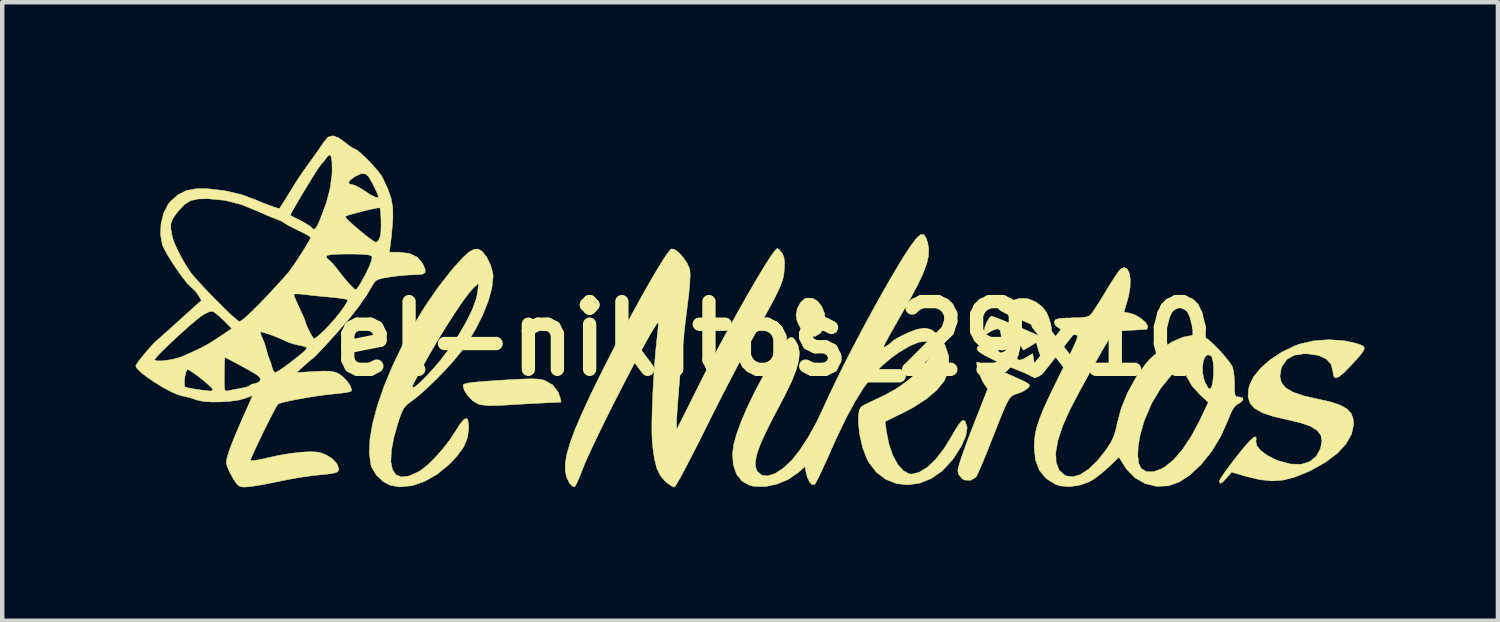
<source format=kicad_pcb>
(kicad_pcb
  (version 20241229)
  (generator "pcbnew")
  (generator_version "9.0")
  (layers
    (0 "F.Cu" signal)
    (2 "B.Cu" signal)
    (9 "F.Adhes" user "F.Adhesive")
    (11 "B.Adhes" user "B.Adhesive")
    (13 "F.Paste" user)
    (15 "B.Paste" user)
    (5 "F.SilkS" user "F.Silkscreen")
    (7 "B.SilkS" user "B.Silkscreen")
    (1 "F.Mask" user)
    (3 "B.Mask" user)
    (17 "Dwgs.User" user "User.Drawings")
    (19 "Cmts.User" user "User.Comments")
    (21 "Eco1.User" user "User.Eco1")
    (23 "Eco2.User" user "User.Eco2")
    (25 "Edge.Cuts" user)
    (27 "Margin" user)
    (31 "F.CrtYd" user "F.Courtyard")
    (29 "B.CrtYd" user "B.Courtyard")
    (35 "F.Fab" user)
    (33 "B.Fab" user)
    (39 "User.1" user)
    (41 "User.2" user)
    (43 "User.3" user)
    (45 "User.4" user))
  (footprint "el-nikitos_29x10"
    (layer "F.Cu")
    (at 14.356 4.572)
    (property "Reference" "el-nikitos_29x10" (at 0 0 0) (layer "F.SilkS") (effects (font (size 1.524 1.524) (thickness 0.3))))
    (attr through_hole)
    (fp_poly (pts (xy 0.878 -0.911) (xy 0.995 -0.842) (xy 1.088 -0.724) (xy 1.147 -0.576) (xy 1.168 -0.416) (xy 1.141 -0.261) (xy 1.061 -0.13) (xy 1.056 -0.125) (xy 0.94 -0.052) (xy 0.814 -0.062) (xy 0.729 -0.108) (xy 0.613 -0.23) (xy 0.533 -0.393) (xy 0.508 -0.529) (xy 0.536 -0.678) (xy 0.607 -0.811) (xy 0.703 -0.899) (xy 0.742 -0.914) (xy 0.878 -0.911)) (stroke (width 0.01) (type solid)) (fill yes) (layer "F.SilkS"))
    (fp_poly (pts (xy 5.72 -0.901) (xy 5.898 -0.832) (xy 6.054 -0.714) (xy 6.148 -0.586) (xy 6.201 -0.462) (xy 6.239 -0.332) (xy 6.259 -0.219) (xy 6.257 -0.145) (xy 6.239 -0.13) (xy 6.184 -0.149) (xy 6.077 -0.195) (xy 5.967 -0.247) (xy 5.812 -0.318) (xy 5.617 -0.404) (xy 5.418 -0.487) (xy 5.385 -0.501) (xy 5.233 -0.567) (xy 5.121 -0.626) (xy 5.064 -0.669) (xy 5.061 -0.681) (xy 5.125 -0.735) (xy 5.241 -0.799) (xy 5.38 -0.859) (xy 5.515 -0.901) (xy 5.548 -0.908) (xy 5.72 -0.901)) (stroke (width 0.01) (type solid)) (fill yes) (layer "F.SilkS"))
    (fp_poly (pts (xy -5.32 0.907) (xy -5.226 0.918) (xy -5.153 0.937) (xy -5.148 0.939) (xy -4.967 1.042) (xy -4.844 1.204) (xy -4.804 1.317) (xy -4.778 1.427) (xy -5.32 1.454) (xy -5.564 1.467) (xy -5.811 1.481) (xy -6.032 1.494) (xy -6.181 1.503) (xy -6.413 1.507) (xy -6.592 1.486) (xy -6.645 1.471) (xy -6.764 1.4) (xy -6.875 1.288) (xy -6.957 1.163) (xy -6.985 1.06) (xy -6.976 1.035) (xy -6.942 1.015) (xy -6.872 0.998) (xy -6.756 0.982) (xy -6.583 0.966) (xy -6.343 0.949) (xy -6.149 0.936) (xy -5.847 0.918) (xy -5.617 0.907) (xy -5.446 0.903) (xy -5.32 0.907)) (stroke (width 0.01) (type solid)) (fill yes) (layer "F.SilkS"))
    (fp_poly (pts (xy 4.961 -0.492) (xy 5.075 -0.448) (xy 5.24 -0.381) (xy 5.441 -0.297) (xy 5.608 -0.226) (xy 5.849 -0.122) (xy 6.023 -0.044) (xy 6.14 0.015) (xy 6.212 0.061) (xy 6.25 0.101) (xy 6.264 0.141) (xy 6.265 0.17) (xy 6.224 0.303) (xy 6.103 0.417) (xy 6.07 0.437) (xy 6.028 0.418) (xy 5.984 0.325) (xy 5.969 0.274) (xy 5.916 0.085) (xy 5.779 0.169) (xy 5.685 0.224) (xy 5.627 0.253) (xy 5.621 0.254) (xy 5.598 0.218) (xy 5.564 0.126) (xy 5.55 0.082) (xy 5.498 -0.09) (xy 5.346 -0.000252) (xy 5.227 0.052) (xy 5.155 0.036) (xy 5.124 -0.05) (xy 5.122 -0.085) (xy 5.102 -0.189) (xy 5.042 -0.224) (xy 4.936 -0.19) (xy 4.896 -0.168) (xy 4.741 -0.076) (xy 4.741 -0.167) (xy 4.759 -0.264) (xy 4.803 -0.374) (xy 4.857 -0.465) (xy 4.906 -0.508) (xy 4.91 -0.508) (xy 4.961 -0.492)) (stroke (width 0.01) (type solid)) (fill yes) (layer "F.SilkS"))
    (fp_poly (pts (xy 4.99 0.037) (xy 5.015 0.128) (xy 5.019 0.149) (xy 5.054 0.273) (xy 5.105 0.32) (xy 5.187 0.295) (xy 5.246 0.257) (xy 5.333 0.199) (xy 5.388 0.17) (xy 5.392 0.169) (xy 5.414 0.206) (xy 5.439 0.297) (xy 5.443 0.318) (xy 5.475 0.439) (xy 5.523 0.485) (xy 5.607 0.465) (xy 5.687 0.422) (xy 5.834 0.335) (xy 5.863 0.506) (xy 5.892 0.625) (xy 5.938 0.671) (xy 6.017 0.653) (xy 6.063 0.63) (xy 6.152 0.582) (xy 6.069 0.725) (xy 5.977 0.843) (xy 5.888 0.883) (xy 5.82 0.855) (xy 5.761 0.821) (xy 5.648 0.769) (xy 5.524 0.718) (xy 5.199 0.586) (xy 4.938 0.469) (xy 4.745 0.37) (xy 4.624 0.291) (xy 4.579 0.233) (xy 4.579 0.226) (xy 4.601 0.174) (xy 4.614 0.172) (xy 4.66 0.162) (xy 4.749 0.118) (xy 4.789 0.095) (xy 4.889 0.036) (xy 4.956 0.003) (xy 4.967 0) (xy 4.99 0.037)) (stroke (width 0.01) (type solid)) (fill yes) (layer "F.SilkS"))
    (fp_poly (pts (xy 4.626 0.536) (xy 4.737 0.573) (xy 4.899 0.636) (xy 5.1 0.719) (xy 5.328 0.817) (xy 5.556 0.92) (xy 5.686 0.982) (xy 5.751 1.024) (xy 5.764 1.059) (xy 5.736 1.101) (xy 5.729 1.109) (xy 5.643 1.171) (xy 5.52 1.227) (xy 5.494 1.236) (xy 5.433 1.254) (xy 5.384 1.277) (xy 5.34 1.313) (xy 5.295 1.372) (xy 5.246 1.463) (xy 5.185 1.596) (xy 5.109 1.781) (xy 5.012 2.027) (xy 4.91 2.286) (xy 4.814 2.529) (xy 4.725 2.746) (xy 4.649 2.925) (xy 4.592 3.052) (xy 4.558 3.115) (xy 4.556 3.118) (xy 4.437 3.186) (xy 4.305 3.182) (xy 4.243 3.151) (xy 4.163 3.047) (xy 4.149 2.962) (xy 4.164 2.887) (xy 4.206 2.747) (xy 4.271 2.555) (xy 4.354 2.326) (xy 4.451 2.072) (xy 4.485 1.984) (xy 4.822 1.13) (xy 4.744 1.02) (xy 4.69 0.924) (xy 4.638 0.8) (xy 4.596 0.674) (xy 4.575 0.575) (xy 4.579 0.529) (xy 4.626 0.536)) (stroke (width 0.01) (type solid)) (fill yes) (layer "F.SilkS"))
    (fp_poly (pts (xy 12.831 0.044) (xy 13.092 0.099) (xy 13.207 0.135) (xy 13.276 0.17) (xy 13.299 0.215) (xy 13.272 0.283) (xy 13.193 0.385) (xy 13.061 0.533) (xy 12.997 0.603) (xy 12.84 0.764) (xy 12.726 0.857) (xy 12.65 0.883) (xy 12.606 0.844) (xy 12.591 0.742) (xy 12.55 0.576) (xy 12.438 0.454) (xy 12.256 0.374) (xy 12.006 0.34) (xy 11.938 0.339) (xy 11.72 0.372) (xy 11.554 0.467) (xy 11.446 0.62) (xy 11.426 0.673) (xy 11.398 0.844) (xy 11.43 0.986) (xy 11.525 1.104) (xy 11.69 1.202) (xy 11.929 1.285) (xy 12.235 1.355) (xy 12.533 1.421) (xy 12.755 1.495) (xy 12.909 1.582) (xy 13.005 1.688) (xy 13.05 1.82) (xy 13.056 1.926) (xy 13.01 2.148) (xy 12.885 2.369) (xy 12.686 2.583) (xy 12.42 2.783) (xy 12.092 2.965) (xy 12.016 3.001) (xy 11.727 3.117) (xy 11.471 3.183) (xy 11.222 3.201) (xy 10.955 3.174) (xy 10.645 3.101) (xy 10.587 3.084) (xy 10.308 3.003) (xy 10.199 3.132) (xy 10.106 3.229) (xy 10.052 3.256) (xy 10.033 3.212) (xy 10.033 3.207) (xy 10.058 3.156) (xy 10.126 3.052) (xy 10.228 2.909) (xy 10.354 2.742) (xy 10.395 2.688) (xy 10.577 2.461) (xy 10.714 2.305) (xy 10.808 2.22) (xy 10.858 2.207) (xy 10.864 2.263) (xy 10.857 2.297) (xy 10.873 2.4) (xy 10.96 2.512) (xy 11.107 2.623) (xy 11.303 2.723) (xy 11.365 2.747) (xy 11.637 2.821) (xy 11.874 2.827) (xy 12.07 2.767) (xy 12.219 2.644) (xy 12.312 2.467) (xy 12.343 2.305) (xy 12.319 2.172) (xy 12.234 2.062) (xy 12.083 1.97) (xy 11.858 1.892) (xy 11.567 1.824) (xy 11.245 1.749) (xy 11.001 1.666) (xy 10.83 1.569) (xy 10.726 1.453) (xy 10.681 1.313) (xy 10.691 1.142) (xy 10.71 1.059) (xy 10.801 0.863) (xy 10.962 0.664) (xy 11.18 0.473) (xy 11.441 0.302) (xy 11.732 0.162) (xy 11.845 0.12) (xy 12.151 0.049) (xy 12.492 0.023) (xy 12.831 0.044)) (stroke (width 0.01) (type solid)) (fill yes) (layer "F.SilkS"))
    (fp_poly (pts (xy -6.567 -1.974) (xy -6.557 -1.966) (xy -6.45 -1.831) (xy -6.364 -1.651) (xy -6.314 -1.466) (xy -6.309 -1.395) (xy -6.336 -1.145) (xy -6.416 -0.852) (xy -6.542 -0.534) (xy -6.707 -0.206) (xy -6.903 0.115) (xy -7.025 0.287) (xy -7.181 0.478) (xy -7.371 0.69) (xy -7.58 0.906) (xy -7.79 1.108) (xy -7.983 1.28) (xy -8.143 1.405) (xy -8.16 1.417) (xy -8.252 1.486) (xy -8.318 1.564) (xy -8.374 1.676) (xy -8.434 1.846) (xy -8.437 1.855) (xy -8.542 2.217) (xy -8.599 2.522) (xy -8.61 2.766) (xy -8.574 2.947) (xy -8.495 3.063) (xy -8.371 3.112) (xy -8.205 3.091) (xy -7.998 2.999) (xy -7.939 2.964) (xy -7.795 2.853) (xy -7.626 2.689) (xy -7.451 2.493) (xy -7.289 2.285) (xy -7.172 2.109) (xy -7.056 1.927) (xy -6.969 1.821) (xy -6.91 1.791) (xy -6.875 1.836) (xy -6.859 1.955) (xy -6.858 2.021) (xy -6.886 2.232) (xy -6.973 2.438) (xy -7.128 2.65) (xy -7.301 2.832) (xy -7.572 3.053) (xy -7.856 3.214) (xy -8.141 3.309) (xy -8.413 3.335) (xy -8.623 3.3) (xy -8.789 3.211) (xy -8.938 3.067) (xy -9.04 2.896) (xy -9.058 2.845) (xy -9.095 2.581) (xy -9.081 2.262) (xy -9.018 1.899) (xy -8.911 1.499) (xy -8.764 1.075) (xy -8.128 1.075) (xy -8.111 1.101) (xy -8.055 1.074) (xy -7.957 0.99) (xy -7.812 0.845) (xy -7.756 0.787) (xy -7.515 0.513) (xy -7.288 0.217) (xy -7.083 -0.087) (xy -6.909 -0.386) (xy -6.773 -0.665) (xy -6.685 -0.91) (xy -6.656 -1.056) (xy -6.635 -1.249) (xy -6.751 -1.143) (xy -6.839 -1.045) (xy -6.96 -0.885) (xy -7.105 -0.675) (xy -7.268 -0.427) (xy -7.44 -0.154) (xy -7.613 0.133) (xy -7.779 0.421) (xy -7.807 0.471) (xy -7.917 0.671) (xy -8.011 0.844) (xy -8.081 0.977) (xy -8.121 1.058) (xy -8.128 1.075) (xy -8.764 1.075) (xy -8.763 1.072) (xy -8.579 0.627) (xy -8.362 0.174) (xy -8.116 -0.278) (xy -7.845 -0.721) (xy -7.553 -1.145) (xy -7.244 -1.541) (xy -7.168 -1.629) (xy -6.993 -1.821) (xy -6.855 -1.947) (xy -6.744 -2.01) (xy -6.651 -2.018) (xy -6.567 -1.974)) (stroke (width 0.01) (type solid)) (fill yes) (layer "F.SilkS"))
    (fp_poly (pts (xy 0.135 -2) (xy 0.195 -1.925) (xy 0.236 -1.835) (xy 0.251 -1.716) (xy 0.244 -1.548) (xy 0.235 -1.464) (xy 0.222 -1.384) (xy 0.198 -1.298) (xy 0.162 -1.199) (xy 0.108 -1.078) (xy 0.032 -0.925) (xy -0.069 -0.733) (xy -0.2 -0.494) (xy -0.364 -0.197) (xy -0.566 0.164) (xy -0.569 0.169) (xy -0.683 0.377) (xy -0.825 0.645) (xy -0.987 0.956) (xy -1.162 1.295) (xy -1.34 1.645) (xy -1.512 1.99) (xy -1.558 2.083) (xy -1.709 2.384) (xy -1.849 2.659) (xy -1.974 2.899) (xy -2.08 3.097) (xy -2.162 3.241) (xy -2.215 3.325) (xy -2.232 3.342) (xy -2.292 3.317) (xy -2.385 3.252) (xy -2.433 3.213) (xy -2.539 3.091) (xy -2.62 2.929) (xy -2.677 2.714) (xy -2.717 2.434) (xy -2.729 2.286) (xy -2.736 2.107) (xy -2.735 1.861) (xy -2.728 1.568) (xy -2.715 1.246) (xy -2.697 0.912) (xy -2.676 0.586) (xy -2.651 0.285) (xy -2.625 0.028) (xy -2.622 0.005) (xy -2.604 -0.157) (xy -2.593 -0.284) (xy -2.59 -0.355) (xy -2.592 -0.363) (xy -2.622 -0.338) (xy -2.683 -0.246) (xy -2.773 -0.096) (xy -2.885 0.104) (xy -3.016 0.343) (xy -3.16 0.613) (xy -3.313 0.906) (xy -3.47 1.212) (xy -3.628 1.522) (xy -3.78 1.826) (xy -3.923 2.117) (xy -4.051 2.385) (xy -4.161 2.621) (xy -4.247 2.815) (xy -4.305 2.96) (xy -4.305 2.962) (xy -4.367 3.122) (xy -4.424 3.249) (xy -4.467 3.323) (xy -4.479 3.335) (xy -4.532 3.314) (xy -4.592 3.246) (xy -4.654 3.121) (xy -4.685 2.974) (xy -4.684 2.8) (xy -4.648 2.591) (xy -4.575 2.342) (xy -4.465 2.044) (xy -4.314 1.691) (xy -4.122 1.276) (xy -4.006 1.037) (xy -3.825 0.672) (xy -3.636 0.301) (xy -3.443 -0.069) (xy -3.252 -0.429) (xy -3.065 -0.772) (xy -2.889 -1.089) (xy -2.726 -1.373) (xy -2.582 -1.615) (xy -2.462 -1.808) (xy -2.369 -1.943) (xy -2.308 -2.014) (xy -2.297 -2.021) (xy -2.224 -2.008) (xy -2.131 -1.938) (xy -2.033 -1.83) (xy -1.947 -1.705) (xy -1.89 -1.58) (xy -1.88 -1.54) (xy -1.874 -1.425) (xy -1.883 -1.238) (xy -1.906 -0.993) (xy -1.94 -0.721) (xy -1.969 -0.488) (xy -2.001 -0.218) (xy -2.032 0.078) (xy -2.063 0.388) (xy -2.092 0.701) (xy -2.119 1.005) (xy -2.142 1.291) (xy -2.161 1.545) (xy -2.174 1.757) (xy -2.181 1.916) (xy -2.18 2.011) (xy -2.175 2.032) (xy -2.155 1.996) (xy -2.103 1.894) (xy -2.023 1.737) (xy -1.922 1.536) (xy -1.805 1.301) (xy -1.721 1.132) (xy -1.555 0.803) (xy -1.376 0.458) (xy -1.19 0.107) (xy -1 -0.243) (xy -0.812 -0.583) (xy -0.63 -0.906) (xy -0.458 -1.204) (xy -0.302 -1.468) (xy -0.165 -1.691) (xy -0.053 -1.864) (xy 0.031 -1.98) (xy 0.081 -2.03) (xy 0.086 -2.032) (xy 0.135 -2)) (stroke (width 0.01) (type solid)) (fill yes) (layer "F.SilkS"))
    (fp_poly (pts (xy 3.432 -2.275) (xy 3.472 -2.157) (xy 3.495 -2.015) (xy 3.489 -1.862) (xy 3.449 -1.686) (xy 3.371 -1.477) (xy 3.254 -1.226) (xy 3.092 -0.922) (xy 2.978 -0.72) (xy 2.813 -0.432) (xy 2.687 -0.211) (xy 2.595 -0.047) (xy 2.533 0.068) (xy 2.497 0.14) (xy 2.483 0.179) (xy 2.487 0.192) (xy 2.505 0.188) (xy 2.527 0.176) (xy 2.619 0.112) (xy 2.66 0.072) (xy 2.721 0.026) (xy 2.836 -0.04) (xy 2.983 -0.113) (xy 3.008 -0.125) (xy 3.228 -0.211) (xy 3.401 -0.239) (xy 3.543 -0.209) (xy 3.668 -0.119) (xy 3.692 -0.095) (xy 3.857 0.137) (xy 3.944 0.39) (xy 3.949 0.656) (xy 3.93 0.755) (xy 3.84 0.955) (xy 3.673 1.159) (xy 3.437 1.36) (xy 3.138 1.552) (xy 2.941 1.655) (xy 2.512 1.865) (xy 2.543 2.095) (xy 2.6 2.378) (xy 2.686 2.625) (xy 2.794 2.825) (xy 2.918 2.967) (xy 3.05 3.04) (xy 3.108 3.048) (xy 3.277 3.008) (xy 3.461 2.895) (xy 3.65 2.716) (xy 3.836 2.478) (xy 3.979 2.248) (xy 4.094 2.05) (xy 4.178 1.92) (xy 4.239 1.852) (xy 4.283 1.835) (xy 4.316 1.863) (xy 4.359 2.002) (xy 4.331 2.184) (xy 4.234 2.408) (xy 4.068 2.67) (xy 4.02 2.735) (xy 3.8 2.974) (xy 3.554 3.146) (xy 3.293 3.251) (xy 3.027 3.289) (xy 2.769 3.261) (xy 2.528 3.166) (xy 2.315 3.004) (xy 2.142 2.777) (xy 2.1 2.698) (xy 2.01 2.459) (xy 1.945 2.181) (xy 1.912 1.905) (xy 1.913 1.735) (xy 1.932 1.606) (xy 1.976 1.532) (xy 2.032 1.496) (xy 2.116 1.455) (xy 2.254 1.39) (xy 2.421 1.31) (xy 2.506 1.27) (xy 2.758 1.13) (xy 3.003 0.959) (xy 3.224 0.773) (xy 3.402 0.587) (xy 3.516 0.419) (xy 3.575 0.293) (xy 3.593 0.213) (xy 3.57 0.153) (xy 3.53 0.107) (xy 3.424 0.06) (xy 3.27 0.079) (xy 3.069 0.162) (xy 2.826 0.307) (xy 2.643 0.438) (xy 2.431 0.618) (xy 2.23 0.835) (xy 2.032 1.099) (xy 1.834 1.417) (xy 1.629 1.797) (xy 1.414 2.247) (xy 1.292 2.519) (xy 1.19 2.748) (xy 1.096 2.952) (xy 1.018 3.117) (xy 0.96 3.229) (xy 0.932 3.275) (xy 0.875 3.287) (xy 0.814 3.23) (xy 0.762 3.118) (xy 0.737 3.019) (xy 0.71 2.878) (xy 0.558 3.012) (xy 0.335 3.166) (xy 0.078 3.273) (xy -0.187 3.328) (xy -0.437 3.323) (xy -0.536 3.3) (xy -0.706 3.206) (xy -0.83 3.05) (xy -0.903 2.842) (xy -0.921 2.595) (xy -0.896 2.389) (xy -0.829 2.146) (xy -0.721 1.851) (xy -0.578 1.52) (xy -0.407 1.17) (xy -0.218 0.816) (xy -0.017 0.475) (xy 0.096 0.3) (xy 0.219 0.123) (xy 0.313 0.014) (xy 0.385 -0.03) (xy 0.444 -0.018) (xy 0.483 0.022) (xy 0.554 0.153) (xy 0.584 0.305) (xy 0.57 0.486) (xy 0.511 0.706) (xy 0.405 0.971) (xy 0.25 1.29) (xy 0.149 1.482) (xy -0.044 1.847) (xy -0.193 2.149) (xy -0.302 2.394) (xy -0.371 2.591) (xy -0.405 2.747) (xy -0.405 2.87) (xy -0.375 2.966) (xy -0.361 2.988) (xy -0.262 3.073) (xy -0.127 3.088) (xy 0.035 3.035) (xy 0.216 2.918) (xy 0.408 2.74) (xy 0.422 2.724) (xy 0.598 2.502) (xy 0.783 2.217) (xy 0.965 1.888) (xy 1.118 1.566) (xy 1.263 1.251) (xy 1.43 0.902) (xy 1.615 0.53) (xy 1.813 0.145) (xy 2.019 -0.244) (xy 2.226 -0.627) (xy 2.429 -0.993) (xy 2.624 -1.334) (xy 2.804 -1.639) (xy 2.964 -1.899) (xy 3.1 -2.103) (xy 3.204 -2.243) (xy 3.217 -2.258) (xy 3.309 -2.34) (xy 3.378 -2.346) (xy 3.432 -2.275)) (stroke (width 0.01) (type solid)) (fill yes) (layer "F.SilkS"))
    (fp_poly (pts (xy 7.961 -1.569) (xy 8.008 -1.476) (xy 8.03 -1.336) (xy 8.026 -1.161) (xy 7.993 -0.963) (xy 7.972 -0.884) (xy 7.888 -0.599) (xy 8.028 -0.573) (xy 8.148 -0.53) (xy 8.271 -0.456) (xy 8.37 -0.369) (xy 8.422 -0.289) (xy 8.424 -0.271) (xy 8.406 -0.216) (xy 8.393 -0.209) (xy 8.338 -0.206) (xy 8.221 -0.2) (xy 8.065 -0.191) (xy 8.022 -0.189) (xy 7.841 -0.175) (xy 7.724 -0.154) (xy 7.651 -0.121) (xy 7.613 -0.085) (xy 7.567 -0.017) (xy 7.49 0.111) (xy 7.387 0.287) (xy 7.268 0.497) (xy 7.139 0.727) (xy 7.009 0.964) (xy 6.884 1.193) (xy 6.773 1.402) (xy 6.683 1.576) (xy 6.675 1.592) (xy 6.51 1.958) (xy 6.403 2.281) (xy 6.353 2.558) (xy 6.362 2.784) (xy 6.429 2.957) (xy 6.555 3.072) (xy 6.576 3.083) (xy 6.727 3.11) (xy 6.899 3.061) (xy 7.088 2.941) (xy 7.285 2.753) (xy 7.386 2.627) (xy 8.198 2.627) (xy 8.22 2.805) (xy 8.275 2.92) (xy 8.395 2.993) (xy 8.552 2.995) (xy 8.738 2.926) (xy 8.817 2.88) (xy 9.008 2.723) (xy 9.205 2.492) (xy 9.401 2.199) (xy 9.586 1.855) (xy 9.598 1.829) (xy 9.786 1.435) (xy 9.597 1.257) (xy 9.421 1.065) (xy 9.309 0.871) (xy 9.249 0.678) (xy 9.238 0.625) (xy 9.656 0.625) (xy 9.659 0.771) (xy 9.69 0.92) (xy 9.72 0.999) (xy 9.782 1.108) (xy 9.827 1.135) (xy 9.862 1.08) (xy 9.88 1.011) (xy 9.902 0.843) (xy 9.906 0.671) (xy 9.894 0.519) (xy 9.867 0.413) (xy 9.847 0.385) (xy 9.775 0.36) (xy 9.717 0.402) (xy 9.676 0.496) (xy 9.656 0.625) (xy 9.238 0.625) (xy 9.217 0.53) (xy 8.98 0.789) (xy 8.717 1.112) (xy 8.513 1.451) (xy 8.349 1.836) (xy 8.333 1.884) (xy 8.256 2.151) (xy 8.21 2.404) (xy 8.198 2.627) (xy 7.386 2.627) (xy 7.478 2.512) (xy 7.593 2.338) (xy 7.666 2.182) (xy 7.716 2.003) (xy 7.734 1.913) (xy 7.827 1.565) (xy 7.976 1.204) (xy 8.166 0.86) (xy 8.382 0.56) (xy 8.475 0.457) (xy 8.719 0.238) (xy 8.97 0.072) (xy 9.218 -0.035) (xy 9.45 -0.08) (xy 9.654 -0.057) (xy 9.692 -0.043) (xy 9.78 0.015) (xy 9.9 0.121) (xy 10.034 0.257) (xy 10.163 0.403) (xy 10.27 0.539) (xy 10.326 0.627) (xy 10.352 0.719) (xy 10.37 0.863) (xy 10.377 1.019) (xy 10.378 1.173) (xy 10.387 1.26) (xy 10.41 1.301) (xy 10.454 1.312) (xy 10.483 1.312) (xy 10.56 1.331) (xy 10.567 1.377) (xy 10.506 1.438) (xy 10.448 1.471) (xy 10.378 1.527) (xy 10.311 1.635) (xy 10.238 1.807) (xy 10.224 1.844) (xy 10.065 2.201) (xy 9.862 2.534) (xy 9.627 2.829) (xy 9.373 3.068) (xy 9.138 3.223) (xy 8.883 3.312) (xy 8.621 3.323) (xy 8.368 3.262) (xy 8.138 3.132) (xy 7.948 2.937) (xy 7.905 2.874) (xy 7.776 2.666) (xy 7.538 2.894) (xy 7.393 3.021) (xy 7.243 3.136) (xy 7.118 3.214) (xy 7.115 3.216) (xy 6.897 3.296) (xy 6.667 3.329) (xy 6.454 3.313) (xy 6.351 3.28) (xy 6.136 3.146) (xy 5.986 2.964) (xy 5.897 2.73) (xy 5.868 2.438) (xy 5.868 2.434) (xy 5.874 2.284) (xy 5.893 2.136) (xy 5.93 1.978) (xy 5.989 1.8) (xy 6.074 1.589) (xy 6.189 1.335) (xy 6.338 1.026) (xy 6.474 0.751) (xy 6.611 0.478) (xy 6.712 0.271) (xy 6.782 0.121) (xy 6.823 0.02) (xy 6.839 -0.042) (xy 6.835 -0.074) (xy 6.812 -0.084) (xy 6.805 -0.085) (xy 6.701 -0.105) (xy 6.572 -0.156) (xy 6.448 -0.222) (xy 6.358 -0.289) (xy 6.332 -0.323) (xy 6.32 -0.388) (xy 6.351 -0.431) (xy 6.437 -0.455) (xy 6.59 -0.465) (xy 6.704 -0.466) (xy 6.905 -0.473) (xy 7.05 -0.492) (xy 7.119 -0.519) (xy 7.165 -0.574) (xy 7.243 -0.687) (xy 7.342 -0.841) (xy 7.453 -1.021) (xy 7.465 -1.042) (xy 7.576 -1.224) (xy 7.677 -1.382) (xy 7.757 -1.5) (xy 7.806 -1.562) (xy 7.809 -1.565) (xy 7.894 -1.603) (xy 7.961 -1.569)) (stroke (width 0.01) (type solid)) (fill yes) (layer "F.SilkS"))
    (fp_poly (pts (xy -9.791 -4.523) (xy -9.652 -4.424) (xy -9.546 -4.341) (xy -9.464 -4.288) (xy -9.433 -4.276) (xy -9.375 -4.246) (xy -9.279 -4.167) (xy -9.161 -4.056) (xy -9.037 -3.928) (xy -8.924 -3.8) (xy -8.837 -3.689) (xy -8.801 -3.632) (xy -8.679 -3.373) (xy -8.603 -3.154) (xy -8.567 -2.946) (xy -8.564 -2.724) (xy -8.568 -2.653) (xy -8.584 -2.462) (xy -8.601 -2.279) (xy -8.618 -2.14) (xy -8.619 -2.127) (xy -8.645 -1.947) (xy -8.427 -1.947) (xy -8.189 -1.918) (xy -8.01 -1.832) (xy -7.896 -1.695) (xy -7.839 -1.565) (xy -7.839 -1.487) (xy -7.904 -1.45) (xy -8.045 -1.439) (xy -8.063 -1.439) (xy -8.225 -1.433) (xy -8.427 -1.415) (xy -8.618 -1.391) (xy -8.786 -1.363) (xy -8.892 -1.335) (xy -8.956 -1.296) (xy -9.001 -1.237) (xy -9.012 -1.219) (xy -9.161 -0.97) (xy -9.335 -0.721) (xy -9.546 -0.453) (xy -9.808 -0.151) (xy -9.849 -0.105) (xy -10.006 0.069) (xy -10.147 0.221) (xy -10.259 0.34) (xy -10.332 0.414) (xy -10.353 0.433) (xy -10.411 0.477) (xy -10.505 0.557) (xy -10.567 0.612) (xy -10.732 0.762) (xy -10.329 0.738) (xy -10.128 0.729) (xy -9.988 0.731) (xy -9.886 0.748) (xy -9.801 0.78) (xy -9.78 0.791) (xy -9.679 0.865) (xy -9.586 0.965) (xy -9.518 1.069) (xy -9.493 1.153) (xy -9.499 1.178) (xy -9.549 1.198) (xy -9.663 1.218) (xy -9.82 1.237) (xy -9.892 1.243) (xy -10.062 1.261) (xy -10.266 1.289) (xy -10.486 1.324) (xy -10.701 1.362) (xy -10.894 1.4) (xy -11.045 1.435) (xy -11.136 1.463) (xy -11.147 1.469) (xy -11.178 1.513) (xy -11.236 1.619) (xy -11.314 1.769) (xy -11.405 1.948) (xy -11.499 2.14) (xy -11.591 2.33) (xy -11.67 2.5) (xy -11.731 2.635) (xy -11.764 2.72) (xy -11.769 2.737) (xy -11.731 2.745) (xy -11.629 2.733) (xy -11.481 2.704) (xy -11.377 2.679) (xy -11.148 2.629) (xy -10.896 2.586) (xy -10.666 2.558) (xy -10.624 2.554) (xy -10.43 2.544) (xy -10.291 2.549) (xy -10.18 2.571) (xy -10.073 2.612) (xy -9.93 2.699) (xy -9.829 2.806) (xy -9.784 2.915) (xy -9.791 2.975) (xy -9.836 3.01) (xy -9.949 3.037) (xy -10.137 3.058) (xy -10.188 3.062) (xy -10.388 3.084) (xy -10.636 3.119) (xy -10.894 3.164) (xy -11.07 3.199) (xy -11.291 3.245) (xy -11.504 3.285) (xy -11.684 3.316) (xy -11.794 3.331) (xy -11.927 3.34) (xy -12.007 3.326) (xy -12.067 3.279) (xy -12.092 3.249) (xy -12.162 3.143) (xy -12.235 3.006) (xy -12.254 2.967) (xy -12.297 2.863) (xy -12.312 2.782) (xy -12.299 2.69) (xy -12.259 2.555) (xy -12.212 2.424) (xy -12.14 2.24) (xy -12.051 2.028) (xy -11.957 1.812) (xy -11.956 1.809) (xy -11.871 1.619) (xy -11.8 1.459) (xy -11.75 1.344) (xy -11.727 1.289) (xy -11.726 1.286) (xy -11.761 1.293) (xy -11.847 1.325) (xy -11.883 1.34) (xy -12.025 1.379) (xy -12.218 1.407) (xy -12.435 1.423) (xy -12.65 1.424) (xy -12.836 1.411) (xy -12.966 1.382) (xy -12.97 1.381) (xy -13.106 1.335) (xy -13.264 1.297) (xy -13.297 1.291) (xy -13.42 1.254) (xy -13.577 1.182) (xy -13.754 1.087) (xy -13.932 0.977) (xy -13.935 0.975) (xy -13.257 0.975) (xy -13.252 1.061) (xy -13.239 1.087) (xy -13.174 1.106) (xy -13.044 1.13) (xy -12.871 1.156) (xy -12.673 1.179) (xy -12.668 1.18) (xy -12.619 1.161) (xy -12.615 1.147) (xy -12.646 1.103) (xy -12.724 1.028) (xy -12.768 0.991) (xy -12.359 0.991) (xy -12.356 1.103) (xy -12.343 1.16) (xy -12.318 1.179) (xy -12.276 1.173) (xy -12.267 1.171) (xy -12.163 1.149) (xy -12.026 1.124) (xy -11.99 1.118) (xy -11.874 1.093) (xy -11.798 1.063) (xy -11.786 1.053) (xy -11.73 1.021) (xy -11.687 1.016) (xy -11.594 0.985) (xy -11.56 0.957) (xy -11.541 0.905) (xy -11.582 0.85) (xy -11.632 0.811) (xy -11.703 0.767) (xy -11.818 0.7) (xy -11.958 0.623) (xy -12.101 0.545) (xy -12.228 0.479) (xy -12.316 0.435) (xy -12.346 0.424) (xy -12.35 0.463) (xy -12.353 0.568) (xy -12.356 0.72) (xy -12.358 0.809) (xy -12.359 0.991) (xy -12.768 0.991) (xy -12.833 0.936) (xy -12.953 0.842) (xy -13.065 0.76) (xy -13.152 0.705) (xy -13.194 0.692) (xy -13.194 0.692) (xy -13.224 0.757) (xy -13.247 0.862) (xy -13.257 0.975) (xy -13.935 0.975) (xy -14.097 0.864) (xy -14.233 0.758) (xy -14.323 0.67) (xy -14.351 0.614) (xy -14.325 0.563) (xy -14.261 0.475) (xy -13.928 0.475) (xy -13.89 0.497) (xy -13.794 0.5) (xy -13.66 0.488) (xy -13.512 0.462) (xy -13.372 0.425) (xy -13.297 0.397) (xy -13.061 0.292) (xy -12.879 0.205) (xy -12.726 0.123) (xy -12.579 0.032) (xy -12.477 -0.035) (xy -12.304 -0.151) (xy -11.547 -0.151) (xy -11.541 -0.107) (xy -11.505 -0.021) (xy -11.502 -0.015) (xy -11.448 0.116) (xy -11.409 0.253) (xy -11.377 0.371) (xy -11.344 0.46) (xy -11.343 0.464) (xy -11.308 0.554) (xy -11.284 0.646) (xy -11.252 0.73) (xy -11.214 0.762) (xy -11.159 0.738) (xy -11.06 0.674) (xy -10.935 0.585) (xy -10.926 0.578) (xy -10.736 0.431) (xy -10.607 0.327) (xy -10.531 0.257) (xy -10.5 0.215) (xy -10.499 0.206) (xy -10.536 0.182) (xy -10.63 0.156) (xy -10.679 0.147) (xy -10.82 0.114) (xy -10.943 0.07) (xy -10.964 0.059) (xy -11.066 0.011) (xy -11.197 -0.043) (xy -11.334 -0.094) (xy -11.453 -0.133) (xy -11.531 -0.152) (xy -11.547 -0.151) (xy -12.304 -0.151) (xy -12.19 -0.228) (xy -12.369 -0.41) (xy -12.478 -0.512) (xy -12.573 -0.588) (xy -12.622 -0.616) (xy -12.702 -0.605) (xy -12.821 -0.546) (xy -12.877 -0.508) (xy -12.985 -0.424) (xy -13.124 -0.306) (xy -13.282 -0.167) (xy -13.446 -0.017) (xy -13.603 0.131) (xy -13.742 0.267) (xy -13.85 0.377) (xy -13.915 0.452) (xy -13.928 0.475) (xy -14.261 0.475) (xy -14.257 0.47) (xy -14.164 0.353) (xy -14.061 0.232) (xy -13.965 0.125) (xy -13.89 0.051) (xy -13.878 0.042) (xy -13.838 0.007) (xy -13.747 -0.074) (xy -13.616 -0.191) (xy -13.457 -0.334) (xy -13.361 -0.421) (xy -12.873 -0.861) (xy -12.945 -0.983) (xy -13.026 -1.089) (xy -13.112 -1.166) (xy -13.181 -1.233) (xy -13.279 -1.355) (xy -13.393 -1.511) (xy -13.51 -1.685) (xy -13.618 -1.856) (xy -13.703 -2.006) (xy -13.751 -2.112) (xy -13.793 -2.337) (xy -13.788 -2.463) (xy -13.561 -2.463) (xy -13.528 -2.293) (xy -13.521 -2.265) (xy -13.478 -2.142) (xy -13.4 -1.975) (xy -13.304 -1.792) (xy -13.202 -1.619) (xy -13.109 -1.482) (xy -13.092 -1.46) (xy -12.981 -1.331) (xy -12.841 -1.178) (xy -12.683 -1.011) (xy -12.519 -0.844) (xy -12.361 -0.687) (xy -12.22 -0.551) (xy -12.107 -0.45) (xy -12.034 -0.393) (xy -12.017 -0.385) (xy -11.965 -0.413) (xy -11.868 -0.493) (xy -11.737 -0.614) (xy -11.583 -0.767) (xy -11.488 -0.865) (xy -11.366 -0.994) (xy -10.795 -0.994) (xy -10.778 -0.942) (xy -10.734 -0.836) (xy -10.671 -0.698) (xy -10.668 -0.692) (xy -10.605 -0.557) (xy -10.56 -0.454) (xy -10.541 -0.406) (xy -10.541 -0.406) (xy -10.524 -0.343) (xy -10.481 -0.244) (xy -10.428 -0.135) (xy -10.376 -0.045) (xy -10.341 -0.001) (xy -10.338 0) (xy -10.291 -0.027) (xy -10.204 -0.098) (xy -10.115 -0.181) (xy -9.992 -0.308) (xy -9.867 -0.45) (xy -9.752 -0.593) (xy -9.659 -0.721) (xy -9.598 -0.82) (xy -9.581 -0.873) (xy -9.583 -0.876) (xy -9.635 -0.892) (xy -9.75 -0.91) (xy -9.908 -0.928) (xy -9.98 -0.935) (xy -10.183 -0.954) (xy -10.385 -0.974) (xy -10.548 -0.994) (xy -10.573 -0.997) (xy -10.696 -1.008) (xy -10.777 -1.005) (xy -10.795 -0.994) (xy -11.366 -0.994) (xy -11.318 -1.046) (xy -11.159 -1.218) (xy -11.024 -1.367) (xy -10.928 -1.477) (xy -10.901 -1.51) (xy -10.824 -1.615) (xy -10.73 -1.752) (xy -10.671 -1.842) (xy -10.068 -1.842) (xy -10.035 -1.798) (xy -9.999 -1.77) (xy -9.929 -1.703) (xy -9.84 -1.597) (xy -9.801 -1.545) (xy -9.702 -1.417) (xy -9.597 -1.291) (xy -9.5 -1.185) (xy -9.428 -1.117) (xy -9.4 -1.101) (xy -9.366 -1.134) (xy -9.31 -1.215) (xy -9.296 -1.239) (xy -9.184 -1.44) (xy -9.099 -1.617) (xy -9.046 -1.755) (xy -9.032 -1.839) (xy -9.034 -1.847) (xy -9.064 -1.873) (xy -9.138 -1.89) (xy -9.267 -1.9) (xy -9.464 -1.905) (xy -9.566 -1.905) (xy -9.801 -1.902) (xy -9.958 -1.892) (xy -10.045 -1.873) (xy -10.068 -1.842) (xy -10.671 -1.842) (xy -10.632 -1.903) (xy -10.54 -2.049) (xy -10.466 -2.174) (xy -10.422 -2.257) (xy -10.415 -2.279) (xy -10.451 -2.31) (xy -10.544 -2.363) (xy -10.675 -2.428) (xy -10.68 -2.43) (xy -10.823 -2.5) (xy -10.942 -2.563) (xy -11.007 -2.605) (xy -11.097 -2.658) (xy -11.176 -2.688) (xy -11.264 -2.721) (xy -11.395 -2.776) (xy -10.872 -2.776) (xy -10.83 -2.752) (xy -10.735 -2.704) (xy -10.656 -2.665) (xy -10.532 -2.598) (xy -10.437 -2.537) (xy -10.407 -2.51) (xy -10.355 -2.464) (xy -10.31 -2.475) (xy -10.26 -2.552) (xy -10.213 -2.656) (xy -10.178 -2.749) (xy -9.641 -2.749) (xy -9.597 -2.693) (xy -9.505 -2.604) (xy -9.384 -2.497) (xy -9.251 -2.385) (xy -9.123 -2.284) (xy -9.017 -2.208) (xy -8.95 -2.169) (xy -8.939 -2.168) (xy -8.886 -2.214) (xy -8.846 -2.311) (xy -8.844 -2.32) (xy -8.834 -2.414) (xy -8.83 -2.547) (xy -8.832 -2.694) (xy -8.839 -2.827) (xy -8.85 -2.92) (xy -8.859 -2.946) (xy -8.903 -2.943) (xy -9.006 -2.924) (xy -9.144 -2.892) (xy -9.298 -2.854) (xy -9.445 -2.815) (xy -9.563 -2.781) (xy -9.632 -2.756) (xy -9.641 -2.749) (xy -10.178 -2.749) (xy -10.066 -3.046) (xy -9.974 -3.39) (xy -9.96 -3.507) (xy -9.564 -3.507) (xy -9.526 -3.475) (xy -9.487 -3.471) (xy -9.411 -3.448) (xy -9.296 -3.387) (xy -9.202 -3.326) (xy -9.058 -3.233) (xy -8.952 -3.182) (xy -8.896 -3.178) (xy -8.89 -3.193) (xy -8.908 -3.251) (xy -8.954 -3.354) (xy -9.013 -3.474) (xy -9.072 -3.583) (xy -9.115 -3.651) (xy -9.188 -3.712) (xy -9.277 -3.715) (xy -9.402 -3.658) (xy -9.43 -3.641) (xy -9.531 -3.565) (xy -9.564 -3.507) (xy -9.96 -3.507) (xy -9.934 -3.703) (xy -9.932 -3.775) (xy -9.935 -3.974) (xy -9.951 -4.093) (xy -9.981 -4.137) (xy -10.028 -4.11) (xy -10.056 -4.074) (xy -10.128 -3.981) (xy -10.177 -3.926) (xy -10.218 -3.872) (xy -10.289 -3.765) (xy -10.381 -3.62) (xy -10.485 -3.451) (xy -10.592 -3.275) (xy -10.693 -3.105) (xy -10.779 -2.956) (xy -10.842 -2.844) (xy -10.872 -2.782) (xy -10.872 -2.776) (xy -11.395 -2.776) (xy -11.402 -2.779) (xy -11.563 -2.85) (xy -11.595 -2.865) (xy -11.983 -3.021) (xy -12.348 -3.114) (xy -12.716 -3.149) (xy -12.75 -3.15) (xy -12.958 -3.143) (xy -13.113 -3.108) (xy -13.242 -3.031) (xy -13.369 -2.9) (xy -13.447 -2.803) (xy -13.524 -2.689) (xy -13.561 -2.585) (xy -13.561 -2.463) (xy -13.788 -2.463) (xy -13.783 -2.581) (xy -13.725 -2.819) (xy -13.625 -3.019) (xy -13.567 -3.091) (xy -13.399 -3.239) (xy -13.22 -3.33) (xy -13.008 -3.373) (xy -12.741 -3.376) (xy -12.74 -3.376) (xy -12.357 -3.332) (xy -11.982 -3.246) (xy -11.66 -3.128) (xy -11.527 -3.071) (xy -11.384 -3.015) (xy -11.254 -2.968) (xy -11.156 -2.937) (xy -11.115 -2.931) (xy -11.115 -2.931) (xy -11.091 -2.97) (xy -11.036 -3.056) (xy -11.001 -3.111) (xy -10.91 -3.256) (xy -10.81 -3.417) (xy -10.778 -3.471) (xy -10.699 -3.595) (xy -10.589 -3.757) (xy -10.468 -3.928) (xy -10.431 -3.979) (xy -10.316 -4.138) (xy -10.21 -4.288) (xy -10.131 -4.405) (xy -10.112 -4.434) (xy -10.021 -4.537) (xy -9.917 -4.567) (xy -9.791 -4.523)) (stroke (width 0.01) (type solid)) (fill yes) (layer "F.SilkS")))
  (gr_rect
    (start -3 -3)
    (end 30.66 10.919)
    (stroke (width 0.1) (type default))
    (fill no)
    (layer "Edge.Cuts")))
</source>
